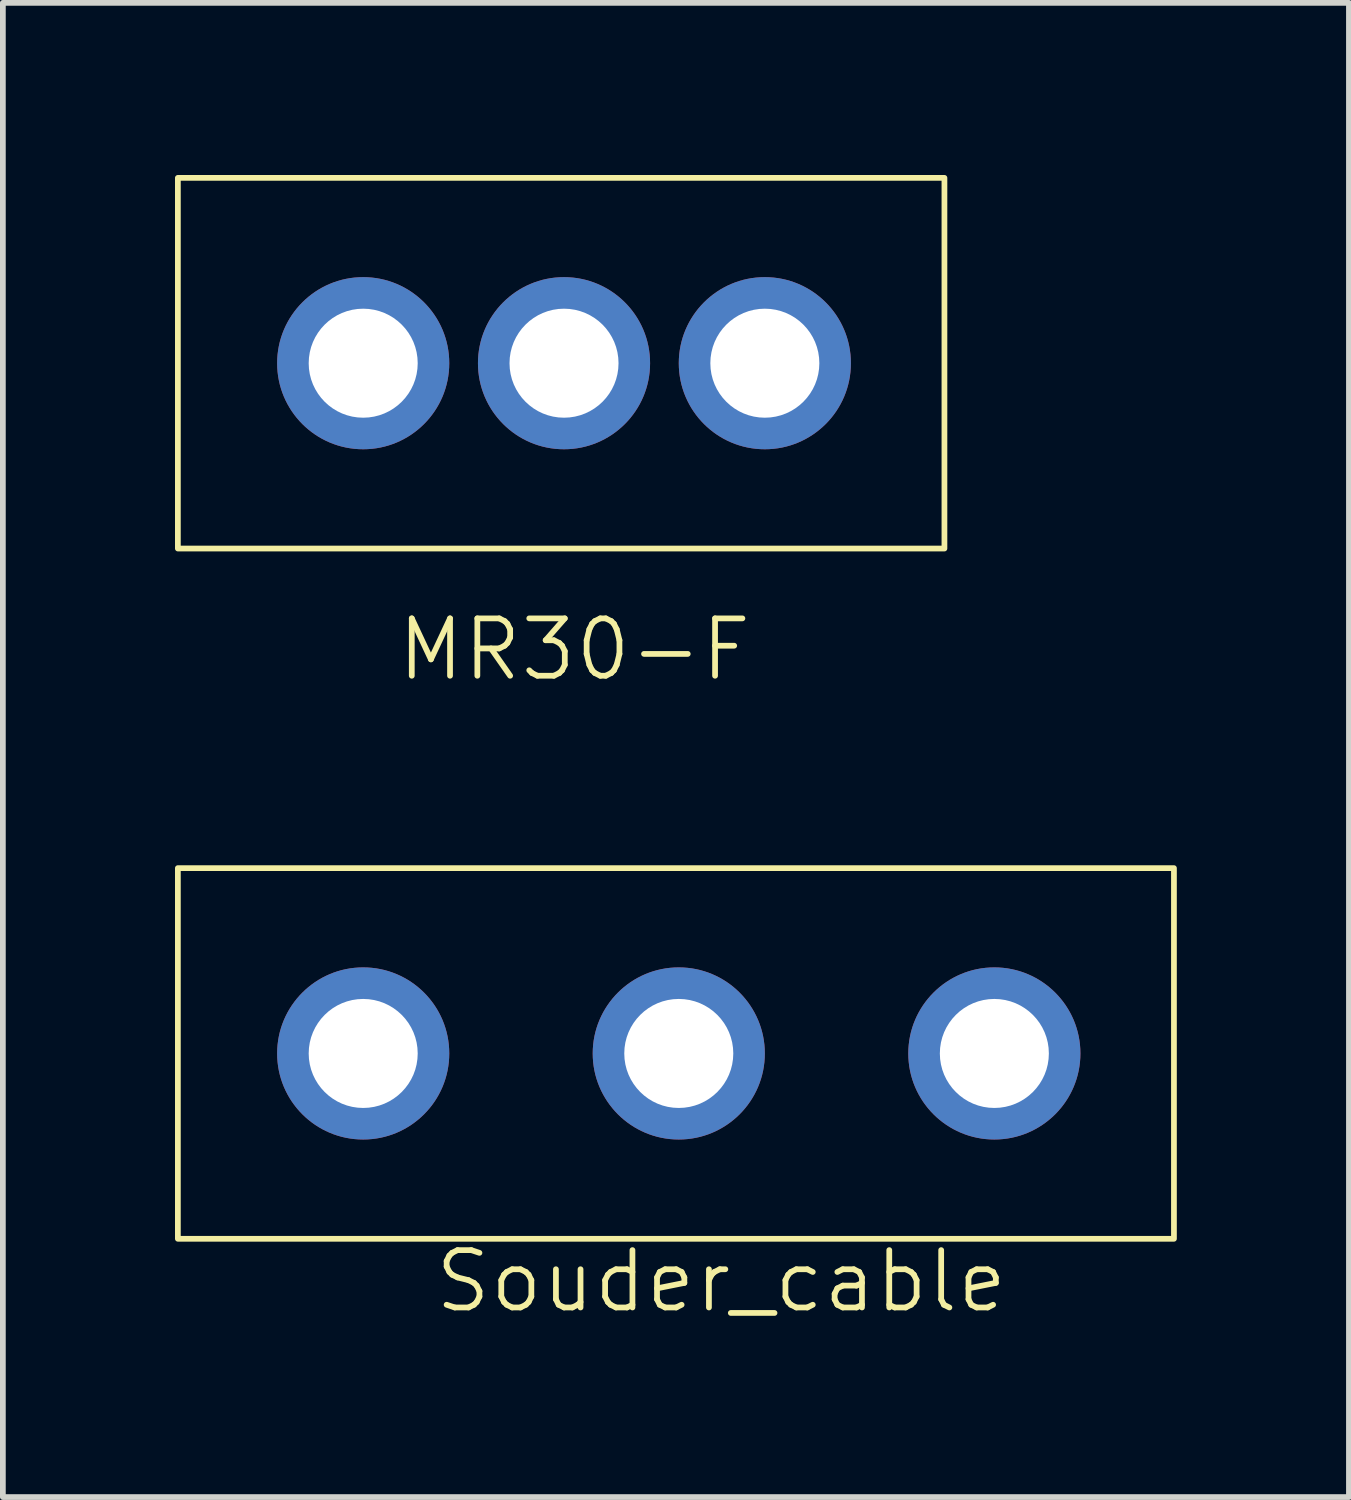
<source format=kicad_pcb>
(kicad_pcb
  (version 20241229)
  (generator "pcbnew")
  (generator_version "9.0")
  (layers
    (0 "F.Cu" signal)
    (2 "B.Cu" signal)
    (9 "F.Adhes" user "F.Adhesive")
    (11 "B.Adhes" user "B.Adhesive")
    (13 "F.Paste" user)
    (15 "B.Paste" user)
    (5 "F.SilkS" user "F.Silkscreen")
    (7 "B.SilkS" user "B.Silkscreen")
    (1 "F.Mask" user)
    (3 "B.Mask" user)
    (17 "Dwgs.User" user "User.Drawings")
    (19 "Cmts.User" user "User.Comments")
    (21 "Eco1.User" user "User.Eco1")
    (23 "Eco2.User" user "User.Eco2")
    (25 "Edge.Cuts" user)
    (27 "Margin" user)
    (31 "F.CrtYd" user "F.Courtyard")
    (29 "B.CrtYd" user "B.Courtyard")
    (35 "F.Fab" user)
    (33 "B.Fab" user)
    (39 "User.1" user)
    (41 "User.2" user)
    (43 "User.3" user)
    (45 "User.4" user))
  (footprint "Souder_cable"
    (layer "F.Cu")
    (at 8.78 15.31)
    (property "Reference" "Souder_cable" (at 0.74 3.97 0) (unlocked yes) (layer "F.SilkS") (effects (font (size 1 1) (thickness 0.1))))
    (attr smd)
    (fp_rect (start -8.73 -3.23) (end 8.63 3.23) (stroke (width 0.1) (type solid)) (fill no) (layer "F.SilkS"))
    (pad "1" thru_hole circle (at -5.5 0) (size 3 3) (drill 1.9) (layers "*.Cu" "*.Mask"))
    (pad "2" thru_hole circle (at 0 0) (size 3 3) (drill 1.9) (layers "*.Cu" "*.Mask"))
    (pad "3" thru_hole circle (at 5.5 0) (size 3 3) (drill 1.9) (layers "*.Cu" "*.Mask")))
  (footprint "MR30-F"
    (layer "F.Cu")
    (at 6.78 3.28)
    (property "Reference" "MR30-F" (at 0.18 4.99 0) (unlocked yes) (layer "F.SilkS") (effects (font (size 1 1) (thickness 0.1))))
    (attr smd)
    (fp_rect (start -6.73 -3.23) (end 6.63 3.23) (stroke (width 0.1) (type solid)) (fill no) (layer "F.SilkS"))
    (pad "1" thru_hole circle (at -3.5 0) (size 3 3) (drill 1.9) (layers "*.Cu" "*.Mask"))
    (pad "2" thru_hole circle (at 0 0) (size 3 3) (drill 1.9) (layers "*.Cu" "*.Mask"))
    (pad "3" thru_hole circle (at 3.5 0) (size 3 3) (drill 1.9) (layers "*.Cu" "*.Mask")))
  (gr_rect
    (start -3 -3)
    (end 20.46 23.041)
    (stroke (width 0.1) (type default))
    (fill no)
    (layer "Edge.Cuts")))
</source>
